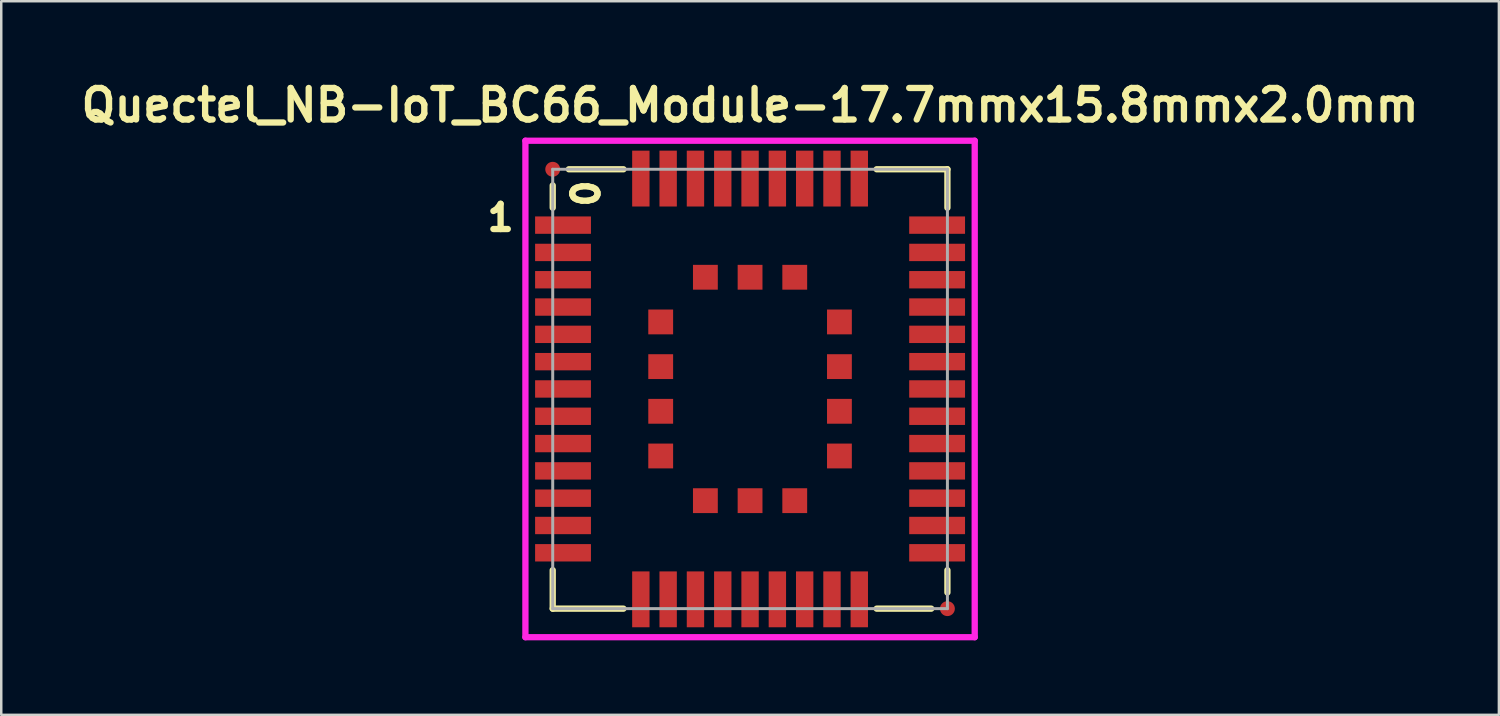
<source format=kicad_pcb>
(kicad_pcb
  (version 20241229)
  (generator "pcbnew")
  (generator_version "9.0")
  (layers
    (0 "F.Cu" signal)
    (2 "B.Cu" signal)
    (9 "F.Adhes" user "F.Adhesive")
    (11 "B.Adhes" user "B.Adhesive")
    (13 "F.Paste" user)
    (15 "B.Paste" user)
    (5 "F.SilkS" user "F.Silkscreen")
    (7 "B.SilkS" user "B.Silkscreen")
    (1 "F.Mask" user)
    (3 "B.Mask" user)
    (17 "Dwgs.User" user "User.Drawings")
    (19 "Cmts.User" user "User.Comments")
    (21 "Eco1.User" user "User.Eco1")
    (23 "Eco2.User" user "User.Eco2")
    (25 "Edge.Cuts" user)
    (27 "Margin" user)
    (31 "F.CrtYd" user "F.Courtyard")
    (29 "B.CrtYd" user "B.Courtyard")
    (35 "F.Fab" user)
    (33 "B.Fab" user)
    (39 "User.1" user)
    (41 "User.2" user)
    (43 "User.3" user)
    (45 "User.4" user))
  (footprint "Quectel_NB-IoT_BC66_Module-17.7mmx15.8mmx2.0mm"
    (layer "F.Cu")
    (at 27.166 12.619)
    (property "Reference" "Quectel_NB-IoT_BC66_Module-17.7mmx15.8mmx2.0mm" (at 0 -11.43 0) (layer "F.SilkS") (effects (font (size 1.27 1.27) (thickness 0.254))))
    (attr smd)
    (fp_line (start -7.95 -8.2) (end -7.95 -7.3) (stroke (width 0.254) (type solid)) (layer "F.SilkS"))
    (fp_line (start -7.95 8.85) (end -7.95 7.3) (stroke (width 0.254) (type solid)) (layer "F.SilkS"))
    (fp_line (start -7.95 8.85) (end -5.1 8.85) (stroke (width 0.254) (type solid)) (layer "F.SilkS"))
    (fp_line (start -5.1 -8.85) (end -7.3 -8.85) (stroke (width 0.254) (type solid)) (layer "F.SilkS"))
    (fp_line (start 7.3 8.85) (end 5.1 8.85) (stroke (width 0.254) (type solid)) (layer "F.SilkS"))
    (fp_line (start 7.95 -8.85) (end 5.1 -8.85) (stroke (width 0.254) (type solid)) (layer "F.SilkS"))
    (fp_line (start 7.95 -8.85) (end 7.95 -7.3) (stroke (width 0.254) (type solid)) (layer "F.SilkS"))
    (fp_line (start 7.95 8.2) (end 7.95 7.3) (stroke (width 0.254) (type solid)) (layer "F.SilkS"))
    (fp_line (start -9.05 10) (end -9.05 -10) (stroke (width 0.254) (type solid)) (layer "F.CrtYd"))
    (fp_line (start -9.05 10) (end 9.05 10) (stroke (width 0.254) (type solid)) (layer "F.CrtYd"))
    (fp_line (start 9.05 -10) (end -9.05 -10) (stroke (width 0.254) (type solid)) (layer "F.CrtYd"))
    (fp_line (start 9.05 10) (end 9.05 -10) (stroke (width 0.254) (type solid)) (layer "F.CrtYd"))
    (fp_line (start -7.95 -8.85) (end 7.95 -8.85) (stroke (width 0.12) (type solid)) (layer "F.Fab"))
    (fp_line (start -7.95 8.85) (end -7.95 -8.85) (stroke (width 0.12) (type solid)) (layer "F.Fab"))
    (fp_line (start 7.95 -8.85) (end 7.95 8.85) (stroke (width 0.12) (type solid)) (layer "F.Fab"))
    (fp_line (start 7.95 8.85) (end -7.95 8.85) (stroke (width 0.12) (type solid)) (layer "F.Fab"))
    (fp_text user "1" (at -10.05 -6.9 0) (layer "F.SilkS") (effects (font (size 1.016 1.016) (thickness 0.254))))
    (fp_text user "0" (at -6.604 -7.874 270) (layer "F.SilkS") (effects (font (size 1.016 1.016) (thickness 0.254))))
    (pad "1" smd trapezoid (at -7.535 -6.6 180) (size 2.25 0.7) (layers "F.Cu" "F.Mask" "F.Paste"))
    (pad "2" smd trapezoid (at -7.535 -5.5 180) (size 2.25 0.7) (layers "F.Cu" "F.Mask" "F.Paste"))
    (pad "3" smd trapezoid (at -7.535 -4.4 180) (size 2.25 0.7) (layers "F.Cu" "F.Mask" "F.Paste"))
    (pad "4" smd trapezoid (at -7.535 -3.3 180) (size 2.25 0.7) (layers "F.Cu" "F.Mask" "F.Paste"))
    (pad "5" smd trapezoid (at -7.535 -2.2 180) (size 2.25 0.7) (layers "F.Cu" "F.Mask" "F.Paste"))
    (pad "6" smd trapezoid (at -7.535 -1.1 180) (size 2.25 0.7) (layers "F.Cu" "F.Mask" "F.Paste"))
    (pad "7" smd trapezoid (at -7.535 0) (size 2.25 0.7) (layers "F.Cu" "F.Mask" "F.Paste"))
    (pad "8" smd trapezoid (at -7.535 1.1) (size 2.25 0.7) (layers "F.Cu" "F.Mask" "F.Paste"))
    (pad "9" smd trapezoid (at -7.535 2.2) (size 2.25 0.7) (layers "F.Cu" "F.Mask" "F.Paste"))
    (pad "10" smd trapezoid (at -7.535 3.3) (size 2.25 0.7) (layers "F.Cu" "F.Mask" "F.Paste"))
    (pad "11" smd trapezoid (at -7.535 4.4) (size 2.25 0.7) (layers "F.Cu" "F.Mask" "F.Paste"))
    (pad "12" smd trapezoid (at -7.535 5.5) (size 2.25 0.7) (layers "F.Cu" "F.Mask" "F.Paste"))
    (pad "13" smd trapezoid (at -7.535 6.6) (size 2.25 0.7) (layers "F.Cu" "F.Mask" "F.Paste"))
    (pad "14" smd trapezoid (at -4.4 8.475 90) (size 2.25 0.7) (layers "F.Cu" "F.Mask" "F.Paste"))
    (pad "15" smd trapezoid (at -3.3 8.475 90) (size 2.25 0.7) (layers "F.Cu" "F.Mask" "F.Paste"))
    (pad "16" smd trapezoid (at -2.2 8.475 90) (size 2.25 0.7) (layers "F.Cu" "F.Mask" "F.Paste"))
    (pad "17" smd trapezoid (at -1.1 8.475 90) (size 2.25 0.7) (layers "F.Cu" "F.Mask" "F.Paste"))
    (pad "18" smd trapezoid (at 0 8.475 90) (size 2.25 0.7) (layers "F.Cu" "F.Mask" "F.Paste"))
    (pad "19" smd trapezoid (at 1.1 8.475 90) (size 2.25 0.7) (layers "F.Cu" "F.Mask" "F.Paste"))
    (pad "20" smd trapezoid (at 2.2 8.475 90) (size 2.25 0.7) (layers "F.Cu" "F.Mask" "F.Paste"))
    (pad "21" smd trapezoid (at 3.3 8.475 90) (size 2.25 0.7) (layers "F.Cu" "F.Mask" "F.Paste"))
    (pad "22" smd trapezoid (at 4.4 8.475 90) (size 2.25 0.7) (layers "F.Cu" "F.Mask" "F.Paste"))
    (pad "23" smd trapezoid (at 7.535 6.6) (size 2.25 0.7) (layers "F.Cu" "F.Mask" "F.Paste"))
    (pad "24" smd trapezoid (at 7.535 5.5) (size 2.25 0.7) (layers "F.Cu" "F.Mask" "F.Paste"))
    (pad "25" smd trapezoid (at 7.535 4.4) (size 2.25 0.7) (layers "F.Cu" "F.Mask" "F.Paste"))
    (pad "26" smd trapezoid (at 7.535 3.3) (size 2.25 0.7) (layers "F.Cu" "F.Mask" "F.Paste"))
    (pad "27" smd trapezoid (at 7.535 2.2) (size 2.25 0.7) (layers "F.Cu" "F.Mask" "F.Paste"))
    (pad "28" smd trapezoid (at 7.535 1.1) (size 2.25 0.7) (layers "F.Cu" "F.Mask" "F.Paste"))
    (pad "29" smd trapezoid (at 7.535 0) (size 2.25 0.7) (layers "F.Cu" "F.Mask" "F.Paste"))
    (pad "30" smd trapezoid (at 7.535 -1.1) (size 2.25 0.7) (layers "F.Cu" "F.Mask" "F.Paste"))
    (pad "31" smd trapezoid (at 7.535 -2.2) (size 2.25 0.7) (layers "F.Cu" "F.Mask" "F.Paste"))
    (pad "32" smd trapezoid (at 7.535 -3.3) (size 2.25 0.7) (layers "F.Cu" "F.Mask" "F.Paste"))
    (pad "33" smd trapezoid (at 7.535 -4.4) (size 2.25 0.7) (layers "F.Cu" "F.Mask" "F.Paste"))
    (pad "34" smd trapezoid (at 7.535 -5.5) (size 2.25 0.7) (layers "F.Cu" "F.Mask" "F.Paste"))
    (pad "35" smd trapezoid (at 7.535 -6.6) (size 2.25 0.7) (layers "F.Cu" "F.Mask" "F.Paste"))
    (pad "36" smd trapezoid (at 4.4 -8.475 90) (size 2.25 0.7) (layers "F.Cu" "F.Mask" "F.Paste"))
    (pad "37" smd trapezoid (at 3.3 -8.475 90) (size 2.25 0.7) (layers "F.Cu" "F.Mask" "F.Paste"))
    (pad "38" smd trapezoid (at 2.2 -8.475 90) (size 2.25 0.7) (layers "F.Cu" "F.Mask" "F.Paste"))
    (pad "39" smd trapezoid (at 1.1 -8.475 90) (size 2.25 0.7) (layers "F.Cu" "F.Mask" "F.Paste"))
    (pad "40" smd trapezoid (at 0 -8.475 90) (size 2.25 0.7) (layers "F.Cu" "F.Mask" "F.Paste"))
    (pad "41" smd trapezoid (at -1.1 -8.475 90) (size 2.25 0.7) (layers "F.Cu" "F.Mask" "F.Paste"))
    (pad "42" smd trapezoid (at -2.2 -8.475 90) (size 2.25 0.7) (layers "F.Cu" "F.Mask" "F.Paste"))
    (pad "43" smd trapezoid (at -3.3 -8.475 90) (size 2.25 0.7) (layers "F.Cu" "F.Mask" "F.Paste"))
    (pad "44" smd trapezoid (at -4.4 -8.475 90) (size 2.25 0.7) (layers "F.Cu" "F.Mask" "F.Paste"))
    (pad "45" smd trapezoid (at -3.6 -2.7 180) (size 1 1) (layers "F.Cu"))
    (pad "46" smd trapezoid (at -3.6 -0.9 180) (size 1 1) (layers "F.Cu"))
    (pad "47" smd trapezoid (at -3.6 0.9 180) (size 1 1) (layers "F.Cu"))
    (pad "48" smd trapezoid (at -3.6 2.7 180) (size 1 1) (layers "F.Cu"))
    (pad "49" smd trapezoid (at -1.8 4.5 180) (size 1 1) (layers "F.Cu"))
    (pad "50" smd trapezoid (at 0 4.5 180) (size 1 1) (layers "F.Cu"))
    (pad "51" smd trapezoid (at 1.8 4.5 180) (size 1 1) (layers "F.Cu"))
    (pad "52" smd trapezoid (at 3.6 2.7 180) (size 1 1) (layers "F.Cu"))
    (pad "53" smd trapezoid (at 3.6 0.9 180) (size 1 1) (layers "F.Cu"))
    (pad "54" smd trapezoid (at 3.6 -0.9 180) (size 1 1) (layers "F.Cu"))
    (pad "55" smd trapezoid (at 3.6 -2.7 180) (size 1 1) (layers "F.Cu"))
    (pad "56" smd trapezoid (at 1.8 -4.5 180) (size 1 1) (layers "F.Cu"))
    (pad "57" smd trapezoid (at 0 -4.5 180) (size 1 1) (layers "F.Cu"))
    (pad "58" smd trapezoid (at -1.8 -4.5 180) (size 1 1) (layers "F.Cu"))
    (pad "fid" smd circle (at -7.95 -8.85 90) (size 0.6 0.6) (layers "F.Cu" "F.Mask"))
    (pad "fid" smd circle (at 7.95 8.85 90) (size 0.6 0.6) (layers "F.Cu" "F.Mask")))
  (gr_rect
    (start -3 -3)
    (end 57.332 25.746)
    (stroke (width 0.1) (type default))
    (fill no)
    (layer "Edge.Cuts")))
</source>
